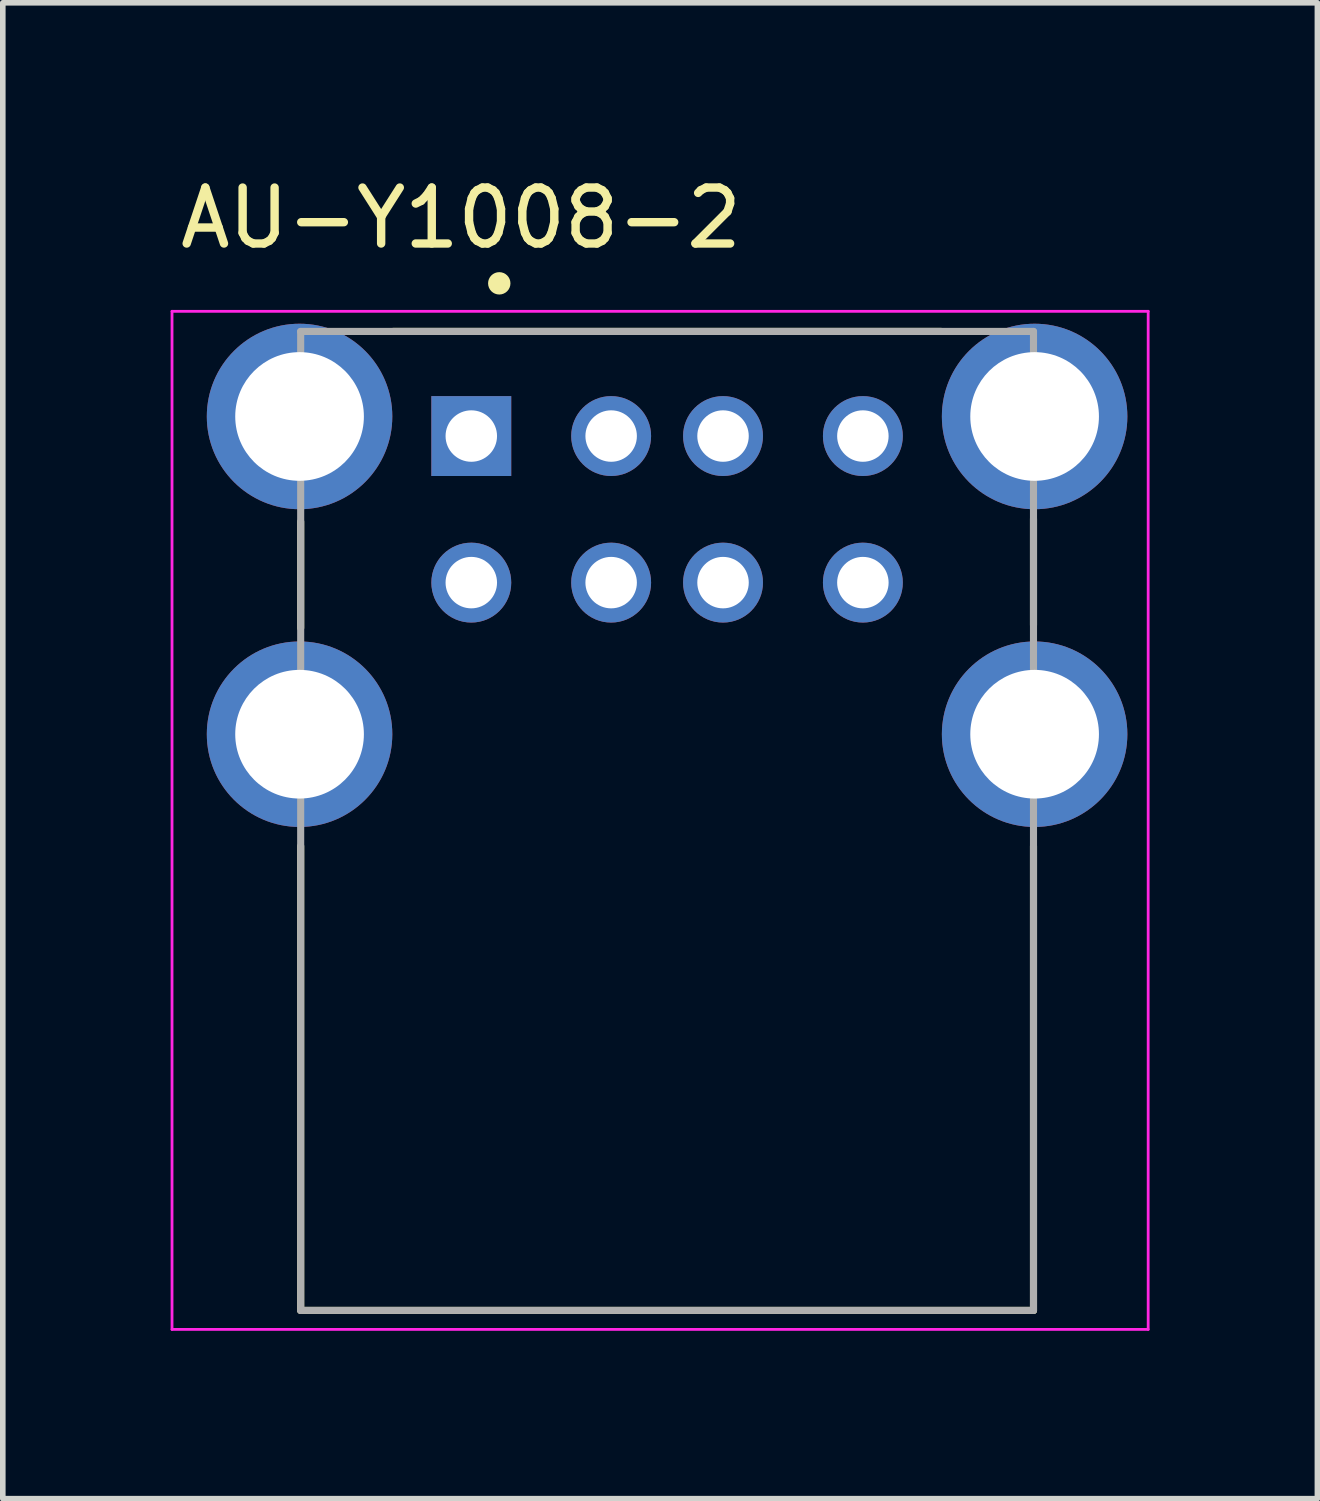
<source format=kicad_pcb>
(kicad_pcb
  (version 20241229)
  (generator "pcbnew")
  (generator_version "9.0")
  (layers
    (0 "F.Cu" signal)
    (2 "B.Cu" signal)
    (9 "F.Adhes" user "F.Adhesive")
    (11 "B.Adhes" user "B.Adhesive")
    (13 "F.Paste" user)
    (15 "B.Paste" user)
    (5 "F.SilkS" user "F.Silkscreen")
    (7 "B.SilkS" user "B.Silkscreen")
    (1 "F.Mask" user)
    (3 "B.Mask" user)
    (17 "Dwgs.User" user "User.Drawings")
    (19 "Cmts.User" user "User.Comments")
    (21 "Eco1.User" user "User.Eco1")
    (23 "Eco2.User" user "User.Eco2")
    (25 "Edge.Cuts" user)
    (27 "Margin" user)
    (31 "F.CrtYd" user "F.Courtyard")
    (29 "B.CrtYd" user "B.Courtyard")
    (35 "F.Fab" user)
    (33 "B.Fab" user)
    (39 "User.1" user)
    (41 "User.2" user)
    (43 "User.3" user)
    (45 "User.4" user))
  (footprint "AU-Y1008-2"
    (layer "F.Cu")
    (at 8.875 10.075)
    (property "Reference" "AU-Y1008-2" (at -3.683 -9.227 0) (layer "F.SilkS") (effects (font (size 1 1) (thickness 0.15))))
    (attr through_hole)
    (fp_line (start -6.55 -3.8) (end -6.55 -1.9) (stroke (width 0.127) (type solid)) (layer "F.SilkS"))
    (fp_line (start -6.55 2) (end -6.55 10.3) (stroke (width 0.127) (type solid)) (layer "F.SilkS"))
    (fp_line (start -6.55 10.3) (end 6.55 10.3) (stroke (width 0.127) (type solid)) (layer "F.SilkS"))
    (fp_line (start -4.9 -7.2) (end 4.9 -7.2) (stroke (width 0.127) (type solid)) (layer "F.SilkS"))
    (fp_line (start 6.55 -3.85) (end 6.55 -1.95) (stroke (width 0.127) (type solid)) (layer "F.SilkS"))
    (fp_line (start 6.55 2) (end 6.55 10.3) (stroke (width 0.127) (type solid)) (layer "F.SilkS"))
    (fp_circle (center -3 -8.06) (end -2.9 -8.06) (stroke (width 0.2) (type solid)) (fill no) (layer "F.SilkS"))
    (fp_line (start -8.85 -7.56) (end 8.6 -7.56) (stroke (width 0.05) (type solid)) (layer "F.CrtYd"))
    (fp_line (start -8.85 10.64) (end -8.85 -7.56) (stroke (width 0.05) (type solid)) (layer "F.CrtYd"))
    (fp_line (start 8.6 -7.56) (end 8.6 10.64) (stroke (width 0.05) (type solid)) (layer "F.CrtYd"))
    (fp_line (start 8.6 10.64) (end -8.85 10.64) (stroke (width 0.05) (type solid)) (layer "F.CrtYd"))
    (fp_line (start -6.55 -7.2) (end -6.55 10.3) (stroke (width 0.127) (type solid)) (layer "F.Fab"))
    (fp_line (start -6.55 -7.2) (end 6.55 -7.2) (stroke (width 0.127) (type solid)) (layer "F.Fab"))
    (fp_line (start -6.55 10.3) (end 6.55 10.3) (stroke (width 0.127) (type solid)) (layer "F.Fab"))
    (fp_line (start 6.55 -7.2) (end 6.55 10.3) (stroke (width 0.127) (type solid)) (layer "F.Fab"))
    (pad "1" thru_hole rect (at -3.5 -5.33) (size 1.428 1.428) (drill 0.92) (layers "*.Cu" "*.Mask"))
    (pad "2" thru_hole circle (at -1 -5.33) (size 1.428 1.428) (drill 0.92) (layers "*.Cu" "*.Mask"))
    (pad "3" thru_hole circle (at 1 -5.33) (size 1.428 1.428) (drill 0.92) (layers "*.Cu" "*.Mask"))
    (pad "4" thru_hole circle (at 3.5 -5.33) (size 1.428 1.428) (drill 0.92) (layers "*.Cu" "*.Mask"))
    (pad "5" thru_hole circle (at -3.5 -2.71) (size 1.428 1.428) (drill 0.92) (layers "*.Cu" "*.Mask"))
    (pad "6" thru_hole circle (at -1 -2.71) (size 1.428 1.428) (drill 0.92) (layers "*.Cu" "*.Mask"))
    (pad "7" thru_hole circle (at 1 -2.71) (size 1.428 1.428) (drill 0.92) (layers "*.Cu" "*.Mask"))
    (pad "8" thru_hole circle (at 3.5 -2.71) (size 1.428 1.428) (drill 0.92) (layers "*.Cu" "*.Mask"))
    (pad "SH1" thru_hole circle (at -6.57 -5.68) (size 3.316 3.316) (drill 2.3) (layers "*.Cu" "*.Mask"))
    (pad "SH2" thru_hole circle (at 6.57 -5.68) (size 3.316 3.316) (drill 2.3) (layers "*.Cu" "*.Mask"))
    (pad "SH3" thru_hole circle (at -6.57 0) (size 3.316 3.316) (drill 2.3) (layers "*.Cu" "*.Mask"))
    (pad "SH4" thru_hole circle (at 6.57 0) (size 3.316 3.316) (drill 2.3) (layers "*.Cu" "*.Mask")))
  (gr_rect
    (start -3 -3)
    (end 20.5 23.74)
    (stroke (width 0.1) (type default))
    (fill no)
    (layer "Edge.Cuts")))
</source>
